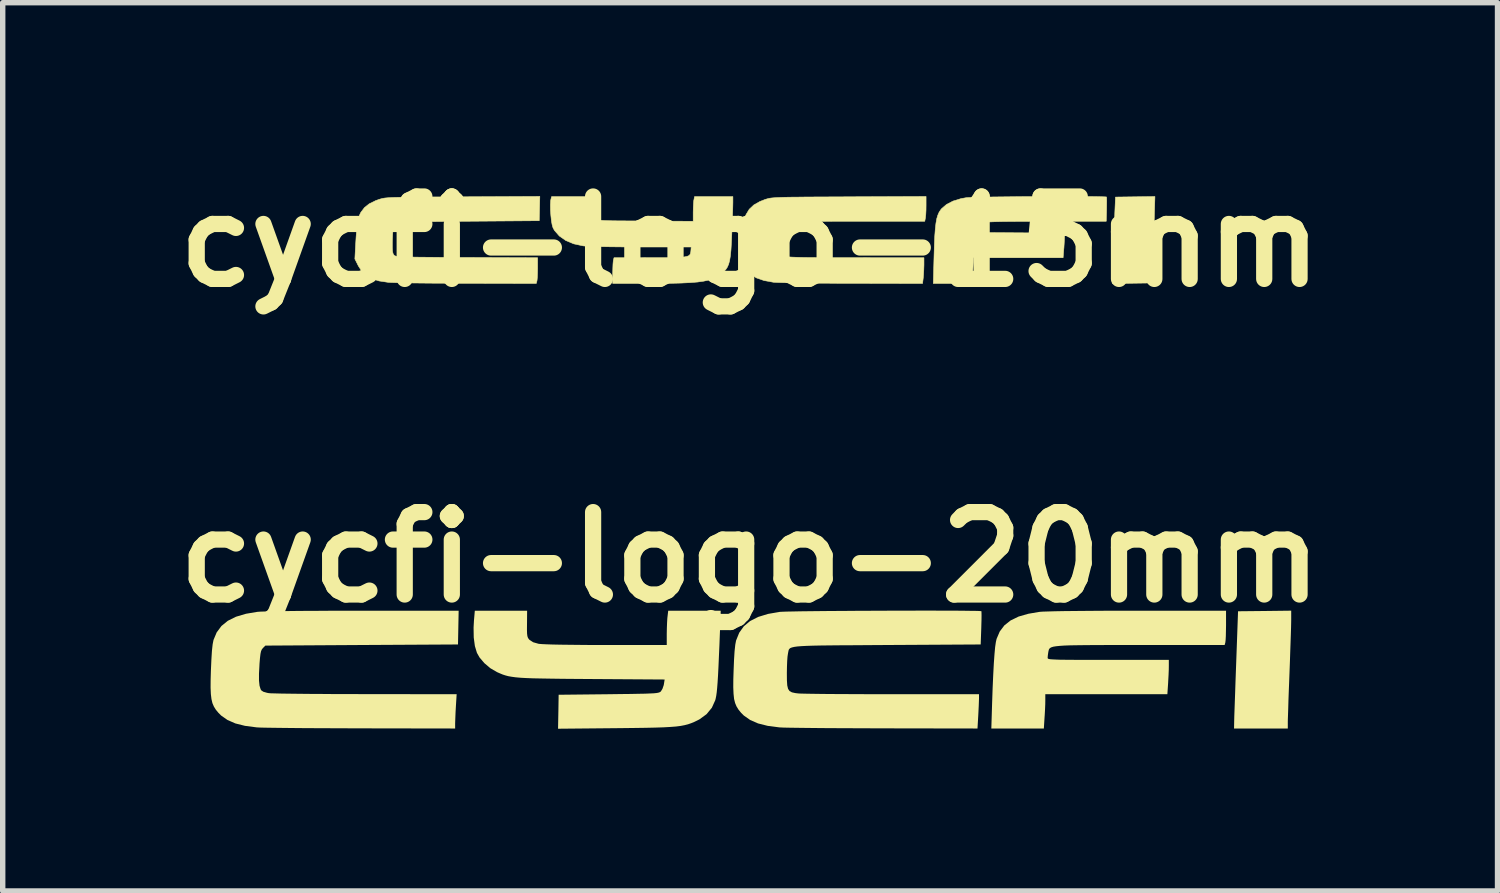
<source format=kicad_pcb>
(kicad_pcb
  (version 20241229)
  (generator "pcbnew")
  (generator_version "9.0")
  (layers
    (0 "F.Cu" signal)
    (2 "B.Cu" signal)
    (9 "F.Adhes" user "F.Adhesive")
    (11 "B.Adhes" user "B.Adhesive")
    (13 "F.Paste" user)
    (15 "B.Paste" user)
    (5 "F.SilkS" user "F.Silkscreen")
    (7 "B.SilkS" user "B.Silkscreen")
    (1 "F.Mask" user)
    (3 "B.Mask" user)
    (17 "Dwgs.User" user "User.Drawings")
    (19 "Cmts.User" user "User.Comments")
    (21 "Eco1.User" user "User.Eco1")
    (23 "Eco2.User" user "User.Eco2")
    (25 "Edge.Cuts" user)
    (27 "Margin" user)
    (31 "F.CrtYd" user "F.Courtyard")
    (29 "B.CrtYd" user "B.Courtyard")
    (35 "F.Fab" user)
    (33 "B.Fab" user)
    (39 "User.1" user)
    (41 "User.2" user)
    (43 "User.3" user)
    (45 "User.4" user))
  (footprint "cycfi-logo-20mm"
    (layer "F.Cu")
    (at 10.844 9.554)
    (property "Reference" "cycfi-logo-20mm" (at -0.024 -2.3 0) (layer "F.SilkS") (effects (font (size 1.524 1.524) (thickness 0.3))))
    (attr board_only exclude_from_pos_files exclude_from_bom)
    (fp_poly (pts (xy 9.982 -1.148) (xy 9.981 -1.089) (xy 9.979 -0.994) (xy 9.975 -0.868) (xy 9.97 -0.718) (xy 9.964 -0.549) (xy 9.958 -0.368) (xy 9.951 -0.18) (xy 9.951 -0.18) (xy 9.944 0.006) (xy 9.937 0.183) (xy 9.931 0.346) (xy 9.927 0.489) (xy 9.923 0.607) (xy 9.92 0.694) (xy 9.919 0.744) (xy 9.919 0.746) (xy 9.919 0.867) (xy 8.925 0.867) (xy 8.927 0.756) (xy 8.928 0.712) (xy 8.93 0.631) (xy 8.934 0.517) (xy 8.939 0.375) (xy 8.945 0.211) (xy 8.951 0.028) (xy 8.958 -0.168) (xy 8.964 -0.328) (xy 8.999 -1.301) (xy 9.491 -1.306) (xy 9.982 -1.312)) (stroke (width 0) (type solid)) (fill yes) (layer "F.SilkS"))
    (fp_poly (pts (xy 8.777 -1.042) (xy 8.775 -0.935) (xy 8.773 -0.84) (xy 8.769 -0.767) (xy 8.764 -0.726) (xy 8.764 -0.724) (xy 8.751 -0.677) (xy 7.198 -0.677) (xy 6.892 -0.677) (xy 6.626 -0.677) (xy 6.396 -0.676) (xy 6.2 -0.675) (xy 6.036 -0.673) (xy 5.9 -0.671) (xy 5.789 -0.667) (xy 5.702 -0.661) (xy 5.634 -0.654) (xy 5.584 -0.646) (xy 5.548 -0.635) (xy 5.524 -0.622) (xy 5.509 -0.607) (xy 5.5 -0.589) (xy 5.495 -0.568) (xy 5.491 -0.55) (xy 5.482 -0.489) (xy 5.478 -0.441) (xy 5.479 -0.433) (xy 5.485 -0.425) (xy 5.5 -0.419) (xy 5.526 -0.414) (xy 5.567 -0.411) (xy 5.627 -0.408) (xy 5.708 -0.405) (xy 5.814 -0.404) (xy 5.948 -0.403) (xy 6.115 -0.402) (xy 6.316 -0.402) (xy 6.556 -0.402) (xy 6.599 -0.402) (xy 7.719 -0.402) (xy 7.719 -0.291) (xy 7.718 -0.219) (xy 7.714 -0.121) (xy 7.708 -0.015) (xy 7.706 0.026) (xy 7.692 0.233) (xy 5.435 0.233) (xy 5.435 0.344) (xy 5.434 0.416) (xy 5.43 0.513) (xy 5.424 0.619) (xy 5.421 0.661) (xy 5.408 0.867) (xy 4.437 0.867) (xy 4.451 0.407) (xy 4.461 0.119) (xy 4.472 -0.128) (xy 4.483 -0.335) (xy 4.495 -0.504) (xy 4.507 -0.637) (xy 4.521 -0.733) (xy 4.534 -0.79) (xy 4.592 -0.926) (xy 4.678 -1.04) (xy 4.793 -1.131) (xy 4.941 -1.203) (xy 5.123 -1.255) (xy 5.329 -1.29) (xy 5.384 -1.294) (xy 5.479 -1.297) (xy 5.611 -1.301) (xy 5.778 -1.304) (xy 5.976 -1.306) (xy 6.203 -1.308) (xy 6.457 -1.31) (xy 6.735 -1.311) (xy 7.034 -1.311) (xy 7.143 -1.311) (xy 8.777 -1.311)) (stroke (width 0) (type solid)) (fill yes) (layer "F.SilkS"))
    (fp_poly (pts (xy -5.419 -0.999) (xy -5.425 -0.687) (xy -7.206 -0.677) (xy -8.987 -0.666) (xy -9.032 -0.621) (xy -9.052 -0.596) (xy -9.067 -0.562) (xy -9.078 -0.51) (xy -9.087 -0.433) (xy -9.096 -0.323) (xy -9.096 -0.314) (xy -9.105 -0.148) (xy -9.105 -0.02) (xy -9.095 0.075) (xy -9.075 0.14) (xy -9.063 0.161) (xy -9.025 0.187) (xy -8.956 0.207) (xy -8.923 0.213) (xy -8.884 0.216) (xy -8.806 0.218) (xy -8.693 0.221) (xy -8.548 0.223) (xy -8.375 0.225) (xy -8.176 0.227) (xy -7.957 0.228) (xy -7.719 0.23) (xy -7.467 0.23) (xy -7.203 0.231) (xy -7.129 0.231) (xy -5.45 0.233) (xy -5.464 0.458) (xy -5.47 0.563) (xy -5.474 0.662) (xy -5.477 0.742) (xy -5.478 0.775) (xy -5.478 0.867) (xy -7.228 0.864) (xy -7.501 0.863) (xy -7.765 0.862) (xy -8.016 0.861) (xy -8.252 0.86) (xy -8.468 0.858) (xy -8.66 0.856) (xy -8.827 0.854) (xy -8.963 0.852) (xy -9.066 0.85) (xy -9.131 0.847) (xy -9.148 0.846) (xy -9.363 0.818) (xy -9.542 0.773) (xy -9.688 0.709) (xy -9.805 0.627) (xy -9.855 0.577) (xy -9.903 0.519) (xy -9.939 0.461) (xy -9.966 0.398) (xy -9.984 0.322) (xy -9.995 0.229) (xy -10 0.111) (xy -9.999 -0.037) (xy -9.994 -0.208) (xy -9.985 -0.41) (xy -9.975 -0.57) (xy -9.962 -0.689) (xy -9.947 -0.765) (xy -9.947 -0.768) (xy -9.887 -0.911) (xy -9.799 -1.029) (xy -9.681 -1.125) (xy -9.53 -1.2) (xy -9.344 -1.255) (xy -9.137 -1.29) (xy -9.082 -1.294) (xy -8.988 -1.297) (xy -8.856 -1.3) (xy -8.688 -1.303) (xy -8.488 -1.306) (xy -8.256 -1.308) (xy -7.997 -1.309) (xy -7.711 -1.311) (xy -7.402 -1.311) (xy -7.185 -1.311) (xy -5.413 -1.311)) (stroke (width 0) (type solid)) (fill yes) (layer "F.SilkS"))
    (fp_poly (pts (xy -4.149 -1.066) (xy -4.15 -0.961) (xy -4.148 -0.888) (xy -4.142 -0.841) (xy -4.131 -0.809) (xy -4.114 -0.784) (xy -4.1 -0.77) (xy -4.035 -0.728) (xy -3.937 -0.7) (xy -3.922 -0.698) (xy -3.876 -0.694) (xy -3.792 -0.69) (xy -3.674 -0.686) (xy -3.527 -0.683) (xy -3.355 -0.681) (xy -3.161 -0.679) (xy -2.952 -0.677) (xy -2.73 -0.677) (xy -2.681 -0.677) (xy -1.565 -0.677) (xy -1.565 -0.883) (xy -1.563 -0.988) (xy -1.559 -1.091) (xy -1.554 -1.175) (xy -1.551 -1.2) (xy -1.538 -1.311) (xy -0.567 -1.311) (xy -0.581 -0.936) (xy -0.591 -0.675) (xy -0.601 -0.453) (xy -0.609 -0.267) (xy -0.617 -0.112) (xy -0.625 0.015) (xy -0.633 0.117) (xy -0.641 0.198) (xy -0.65 0.262) (xy -0.66 0.312) (xy -0.668 0.344) (xy -0.731 0.483) (xy -0.829 0.602) (xy -0.961 0.698) (xy -1 0.718) (xy -1.058 0.746) (xy -1.114 0.769) (xy -1.172 0.789) (xy -1.235 0.805) (xy -1.307 0.819) (xy -1.393 0.83) (xy -1.497 0.838) (xy -1.622 0.845) (xy -1.772 0.85) (xy -1.951 0.854) (xy -2.163 0.857) (xy -2.412 0.86) (xy -2.512 0.861) (xy -3.575 0.871) (xy -3.569 0.557) (xy -3.564 0.243) (xy -2.639 0.233) (xy -2.417 0.23) (xy -2.233 0.228) (xy -2.084 0.225) (xy -1.966 0.223) (xy -1.874 0.219) (xy -1.806 0.216) (xy -1.756 0.211) (xy -1.722 0.205) (xy -1.7 0.198) (xy -1.685 0.19) (xy -1.673 0.18) (xy -1.673 0.18) (xy -1.644 0.132) (xy -1.621 0.065) (xy -1.618 0.049) (xy -1.604 -0.039) (xy -2.954 -0.048) (xy -3.242 -0.05) (xy -3.491 -0.052) (xy -3.705 -0.055) (xy -3.886 -0.058) (xy -4.039 -0.061) (xy -4.167 -0.066) (xy -4.273 -0.072) (xy -4.361 -0.08) (xy -4.434 -0.09) (xy -4.496 -0.101) (xy -4.549 -0.115) (xy -4.598 -0.131) (xy -4.646 -0.151) (xy -4.697 -0.173) (xy -4.707 -0.178) (xy -4.827 -0.248) (xy -4.938 -0.342) (xy -5.027 -0.447) (xy -5.075 -0.532) (xy -5.113 -0.658) (xy -5.134 -0.816) (xy -5.137 -1) (xy -5.13 -1.128) (xy -5.114 -1.311) (xy -4.147 -1.311)) (stroke (width 0) (type solid)) (fill yes) (layer "F.SilkS"))
    (fp_poly (pts (xy 3.34 -1.313) (xy 3.545 -1.312) (xy 3.731 -1.312) (xy 3.895 -1.311) (xy 4.032 -1.309) (xy 4.14 -1.308) (xy 4.213 -1.306) (xy 4.25 -1.303) (xy 4.253 -1.303) (xy 4.255 -1.279) (xy 4.256 -1.222) (xy 4.255 -1.137) (xy 4.252 -1.034) (xy 4.251 -0.991) (xy 4.24 -0.687) (xy 2.502 -0.677) (xy 2.184 -0.675) (xy 1.907 -0.673) (xy 1.666 -0.672) (xy 1.46 -0.67) (xy 1.285 -0.668) (xy 1.139 -0.665) (xy 1.02 -0.661) (xy 0.924 -0.656) (xy 0.849 -0.65) (xy 0.792 -0.642) (xy 0.75 -0.632) (xy 0.721 -0.621) (xy 0.703 -0.606) (xy 0.692 -0.59) (xy 0.686 -0.57) (xy 0.682 -0.548) (xy 0.677 -0.522) (xy 0.676 -0.516) (xy 0.668 -0.463) (xy 0.662 -0.38) (xy 0.658 -0.276) (xy 0.656 -0.164) (xy 0.656 -0.154) (xy 0.657 -0.025) (xy 0.663 0.069) (xy 0.678 0.133) (xy 0.705 0.174) (xy 0.749 0.198) (xy 0.812 0.212) (xy 0.871 0.219) (xy 0.913 0.221) (xy 0.993 0.223) (xy 1.109 0.225) (xy 1.256 0.227) (xy 1.431 0.229) (xy 1.63 0.23) (xy 1.85 0.231) (xy 2.087 0.232) (xy 2.337 0.232) (xy 2.597 0.233) (xy 2.604 0.233) (xy 4.209 0.233) (xy 4.209 0.312) (xy 4.207 0.366) (xy 4.204 0.449) (xy 4.199 0.55) (xy 4.195 0.629) (xy 4.181 0.867) (xy 2.434 0.864) (xy 2.162 0.863) (xy 1.898 0.862) (xy 1.647 0.861) (xy 1.411 0.86) (xy 1.196 0.858) (xy 1.003 0.856) (xy 0.837 0.854) (xy 0.701 0.852) (xy 0.599 0.85) (xy 0.534 0.847) (xy 0.517 0.846) (xy 0.302 0.818) (xy 0.123 0.773) (xy -0.023 0.709) (xy -0.14 0.627) (xy -0.19 0.577) (xy -0.238 0.518) (xy -0.274 0.46) (xy -0.301 0.396) (xy -0.32 0.32) (xy -0.33 0.225) (xy -0.335 0.106) (xy -0.334 -0.044) (xy -0.329 -0.2) (xy -0.321 -0.401) (xy -0.311 -0.562) (xy -0.298 -0.682) (xy -0.283 -0.76) (xy -0.283 -0.76) (xy -0.225 -0.904) (xy -0.14 -1.023) (xy -0.024 -1.12) (xy 0.125 -1.196) (xy 0.308 -1.252) (xy 0.528 -1.29) (xy 0.528 -1.29) (xy 0.571 -1.292) (xy 0.65 -1.295) (xy 0.762 -1.297) (xy 0.904 -1.3) (xy 1.071 -1.302) (xy 1.261 -1.304) (xy 1.468 -1.306) (xy 1.69 -1.307) (xy 1.923 -1.309) (xy 2.163 -1.31) (xy 2.407 -1.311) (xy 2.65 -1.312) (xy 2.889 -1.312) (xy 3.12 -1.313)) (stroke (width 0) (type solid)) (fill yes) (layer "F.SilkS")))
  (footprint "cycfi-logo-15mm"
    (layer "F.Cu")
    (at 10.82 1.418)
    (property "Reference" "cycfi-logo-15mm" (at 0 0 0) (layer "F.SilkS") (effects (font (size 1.524 1.524) (thickness 0.3))))
    (attr through_hole)
    (fp_poly (pts (xy 7.471 -0.353) (xy 7.466 -0.194) (xy 7.461 -0.027) (xy 7.455 0.138) (xy 7.45 0.29) (xy 7.445 0.416) (xy 7.444 0.446) (xy 7.431 0.764) (xy 6.702 0.775) (xy 6.717 0.273) (xy 6.722 0.115) (xy 6.727 -0.051) (xy 6.733 -0.212) (xy 6.738 -0.36) (xy 6.743 -0.482) (xy 6.744 -0.526) (xy 6.757 -0.824) (xy 7.121 -0.829) (xy 7.486 -0.834) (xy 7.471 -0.353)) (stroke (width 0.01) (type solid)) (fill yes) (layer "F.SilkS"))
    (fp_poly (pts (xy 5.988 -0.835) (xy 6.15 -0.834) (xy 6.292 -0.834) (xy 6.411 -0.832) (xy 6.503 -0.83) (xy 6.564 -0.828) (xy 6.589 -0.826) (xy 6.59 -0.825) (xy 6.593 -0.803) (xy 6.594 -0.75) (xy 6.593 -0.674) (xy 6.592 -0.597) (xy 6.586 -0.377) (xy 5.491 -0.376) (xy 5.229 -0.375) (xy 5.005 -0.374) (xy 4.815 -0.373) (xy 4.656 -0.371) (xy 4.526 -0.368) (xy 4.421 -0.364) (xy 4.34 -0.359) (xy 4.279 -0.353) (xy 4.235 -0.346) (xy 4.206 -0.337) (xy 4.189 -0.327) (xy 4.188 -0.325) (xy 4.174 -0.295) (xy 4.165 -0.244) (xy 4.164 -0.238) (xy 4.157 -0.169) (xy 4.986 -0.163) (xy 5.814 -0.158) (xy 5.814 -0.094) (xy 5.812 -0.044) (xy 5.808 0.032) (xy 5.803 0.117) (xy 5.801 0.134) (xy 5.788 0.298) (xy 4.132 0.298) (xy 4.118 0.536) (xy 4.103 0.774) (xy 3.388 0.774) (xy 3.402 0.253) (xy 3.408 0.056) (xy 3.415 -0.105) (xy 3.425 -0.236) (xy 3.437 -0.341) (xy 3.452 -0.425) (xy 3.472 -0.491) (xy 3.496 -0.545) (xy 3.526 -0.59) (xy 3.542 -0.61) (xy 3.632 -0.687) (xy 3.753 -0.75) (xy 3.9 -0.795) (xy 3.995 -0.812) (xy 4.036 -0.815) (xy 4.111 -0.818) (xy 4.215 -0.821) (xy 4.345 -0.824) (xy 4.496 -0.826) (xy 4.664 -0.828) (xy 4.846 -0.83) (xy 5.037 -0.832) (xy 5.233 -0.833) (xy 5.43 -0.834) (xy 5.624 -0.835) (xy 5.812 -0.835) (xy 5.988 -0.835)) (stroke (width 0.01) (type solid)) (fill yes) (layer "F.SilkS"))
    (fp_poly (pts (xy -3.899 -0.387) (xy -5.199 -0.377) (xy -5.474 -0.375) (xy -5.712 -0.372) (xy -5.914 -0.37) (xy -6.084 -0.367) (xy -6.223 -0.364) (xy -6.334 -0.361) (xy -6.419 -0.357) (xy -6.48 -0.353) (xy -6.52 -0.348) (xy -6.541 -0.343) (xy -6.543 -0.342) (xy -6.569 -0.32) (xy -6.588 -0.284) (xy -6.601 -0.228) (xy -6.609 -0.146) (xy -6.614 -0.033) (xy -6.615 0.017) (xy -6.615 0.112) (xy -6.612 0.175) (xy -6.604 0.216) (xy -6.591 0.243) (xy -6.582 0.252) (xy -6.574 0.259) (xy -6.56 0.265) (xy -6.539 0.271) (xy -6.508 0.275) (xy -6.463 0.279) (xy -6.403 0.282) (xy -6.323 0.284) (xy -6.222 0.286) (xy -6.095 0.288) (xy -5.941 0.289) (xy -5.757 0.291) (xy -5.539 0.292) (xy -5.285 0.293) (xy -5.238 0.293) (xy -3.929 0.298) (xy -3.929 0.492) (xy -3.931 0.58) (xy -3.934 0.658) (xy -3.939 0.713) (xy -3.942 0.729) (xy -3.954 0.774) (xy -5.246 0.771) (xy -5.474 0.771) (xy -5.694 0.769) (xy -5.902 0.768) (xy -6.094 0.766) (xy -6.268 0.764) (xy -6.417 0.761) (xy -6.54 0.759) (xy -6.631 0.756) (xy -6.688 0.753) (xy -6.696 0.752) (xy -6.86 0.727) (xy -6.99 0.687) (xy -7.094 0.631) (xy -7.175 0.554) (xy -7.24 0.455) (xy -7.245 0.446) (xy -7.308 0.32) (xy -7.295 0.076) (xy -7.285 -0.089) (xy -7.275 -0.22) (xy -7.263 -0.323) (xy -7.249 -0.403) (xy -7.231 -0.467) (xy -7.209 -0.519) (xy -7.196 -0.543) (xy -7.13 -0.63) (xy -7.043 -0.699) (xy -6.926 -0.757) (xy -6.866 -0.779) (xy -6.841 -0.787) (xy -6.815 -0.794) (xy -6.787 -0.801) (xy -6.753 -0.806) (xy -6.711 -0.81) (xy -6.656 -0.814) (xy -6.587 -0.817) (xy -6.501 -0.819) (xy -6.394 -0.822) (xy -6.263 -0.823) (xy -6.106 -0.825) (xy -5.919 -0.826) (xy -5.7 -0.827) (xy -5.446 -0.828) (xy -5.313 -0.829) (xy -3.888 -0.836) (xy -3.899 -0.387)) (stroke (width 0.01) (type solid)) (fill yes) (layer "F.SilkS"))
    (fp_poly (pts (xy -2.957 -0.648) (xy -2.958 -0.589) (xy -2.959 -0.54) (xy -2.956 -0.499) (xy -2.947 -0.466) (xy -2.929 -0.44) (xy -2.897 -0.421) (xy -2.85 -0.406) (xy -2.783 -0.396) (xy -2.693 -0.39) (xy -2.578 -0.386) (xy -2.434 -0.384) (xy -2.258 -0.383) (xy -2.046 -0.382) (xy -1.962 -0.381) (xy -1.052 -0.376) (xy -1.052 -0.543) (xy -1.05 -0.629) (xy -1.046 -0.707) (xy -1.041 -0.763) (xy -1.039 -0.771) (xy -1.027 -0.833) (xy -0.318 -0.833) (xy -0.318 -0.729) (xy -0.319 -0.679) (xy -0.321 -0.596) (xy -0.325 -0.489) (xy -0.329 -0.364) (xy -0.335 -0.228) (xy -0.337 -0.169) (xy -0.345 0.007) (xy -0.353 0.148) (xy -0.364 0.26) (xy -0.378 0.347) (xy -0.396 0.415) (xy -0.419 0.469) (xy -0.449 0.515) (xy -0.487 0.556) (xy -0.503 0.57) (xy -0.556 0.615) (xy -0.615 0.653) (xy -0.683 0.685) (xy -0.762 0.71) (xy -0.858 0.731) (xy -0.972 0.747) (xy -1.11 0.758) (xy -1.274 0.766) (xy -1.469 0.771) (xy -1.697 0.774) (xy -1.865 0.774) (xy -2.54 0.774) (xy -2.54 0.58) (xy -2.538 0.492) (xy -2.535 0.414) (xy -2.53 0.359) (xy -2.527 0.342) (xy -2.516 0.298) (xy -1.858 0.297) (xy -1.666 0.297) (xy -1.509 0.296) (xy -1.385 0.294) (xy -1.288 0.29) (xy -1.217 0.283) (xy -1.166 0.273) (xy -1.133 0.26) (xy -1.113 0.241) (xy -1.102 0.218) (xy -1.097 0.19) (xy -1.095 0.173) (xy -1.089 0.099) (xy -2.012 0.099) (xy -2.225 0.099) (xy -2.425 0.097) (xy -2.606 0.095) (xy -2.766 0.092) (xy -2.9 0.089) (xy -3.004 0.085) (xy -3.073 0.08) (xy -3.089 0.078) (xy -3.26 0.041) (xy -3.407 -0.02) (xy -3.527 -0.104) (xy -3.617 -0.207) (xy -3.644 -0.256) (xy -3.66 -0.309) (xy -3.674 -0.389) (xy -3.684 -0.486) (xy -3.691 -0.587) (xy -3.692 -0.681) (xy -3.688 -0.756) (xy -3.683 -0.783) (xy -3.67 -0.833) (xy -2.957 -0.833) (xy -2.957 -0.648)) (stroke (width 0.01) (type solid)) (fill yes) (layer "F.SilkS"))
    (fp_poly (pts (xy 3.254 -0.668) (xy 3.253 -0.582) (xy 3.249 -0.504) (xy 3.243 -0.447) (xy 3.242 -0.439) (xy 3.23 -0.377) (xy 2.017 -0.377) (xy 1.75 -0.376) (xy 1.521 -0.376) (xy 1.325 -0.374) (xy 1.161 -0.373) (xy 1.025 -0.37) (xy 0.915 -0.366) (xy 0.827 -0.362) (xy 0.759 -0.356) (xy 0.708 -0.349) (xy 0.672 -0.341) (xy 0.647 -0.331) (xy 0.63 -0.32) (xy 0.628 -0.318) (xy 0.617 -0.287) (xy 0.61 -0.219) (xy 0.606 -0.115) (xy 0.605 -0.025) (xy 0.605 0.084) (xy 0.607 0.159) (xy 0.611 0.209) (xy 0.618 0.239) (xy 0.63 0.256) (xy 0.647 0.268) (xy 0.655 0.272) (xy 0.674 0.277) (xy 0.71 0.282) (xy 0.766 0.286) (xy 0.845 0.289) (xy 0.947 0.292) (xy 1.077 0.294) (xy 1.236 0.295) (xy 1.428 0.296) (xy 1.653 0.297) (xy 1.916 0.297) (xy 1.96 0.297) (xy 3.215 0.298) (xy 3.215 0.432) (xy 3.212 0.521) (xy 3.207 0.614) (xy 3.202 0.67) (xy 3.189 0.774) (xy 1.887 0.771) (xy 1.659 0.771) (xy 1.439 0.769) (xy 1.231 0.768) (xy 1.038 0.766) (xy 0.866 0.764) (xy 0.716 0.761) (xy 0.594 0.758) (xy 0.503 0.755) (xy 0.446 0.752) (xy 0.437 0.752) (xy 0.26 0.72) (xy 0.118 0.671) (xy 0.008 0.602) (xy -0.072 0.514) (xy -0.099 0.467) (xy -0.114 0.433) (xy -0.126 0.4) (xy -0.133 0.362) (xy -0.137 0.311) (xy -0.139 0.242) (xy -0.138 0.147) (xy -0.136 0.021) (xy -0.135 -0.006) (xy -0.132 -0.14) (xy -0.129 -0.24) (xy -0.124 -0.315) (xy -0.118 -0.371) (xy -0.108 -0.415) (xy -0.095 -0.454) (xy -0.077 -0.495) (xy -0.075 -0.5) (xy -0.015 -0.599) (xy 0.069 -0.678) (xy 0.182 -0.742) (xy 0.276 -0.779) (xy 0.302 -0.787) (xy 0.327 -0.794) (xy 0.355 -0.801) (xy 0.389 -0.806) (xy 0.431 -0.81) (xy 0.485 -0.814) (xy 0.553 -0.817) (xy 0.639 -0.82) (xy 0.745 -0.822) (xy 0.874 -0.823) (xy 1.03 -0.825) (xy 1.215 -0.826) (xy 1.432 -0.827) (xy 1.685 -0.828) (xy 1.831 -0.829) (xy 3.254 -0.835) (xy 3.254 -0.668)) (stroke (width 0.01) (type solid)) (fill yes) (layer "F.SilkS")))
  (gr_rect
    (start -3 -3)
    (end 24.641 13.425)
    (stroke (width 0.1) (type default))
    (fill no)
    (layer "Edge.Cuts")))
</source>
